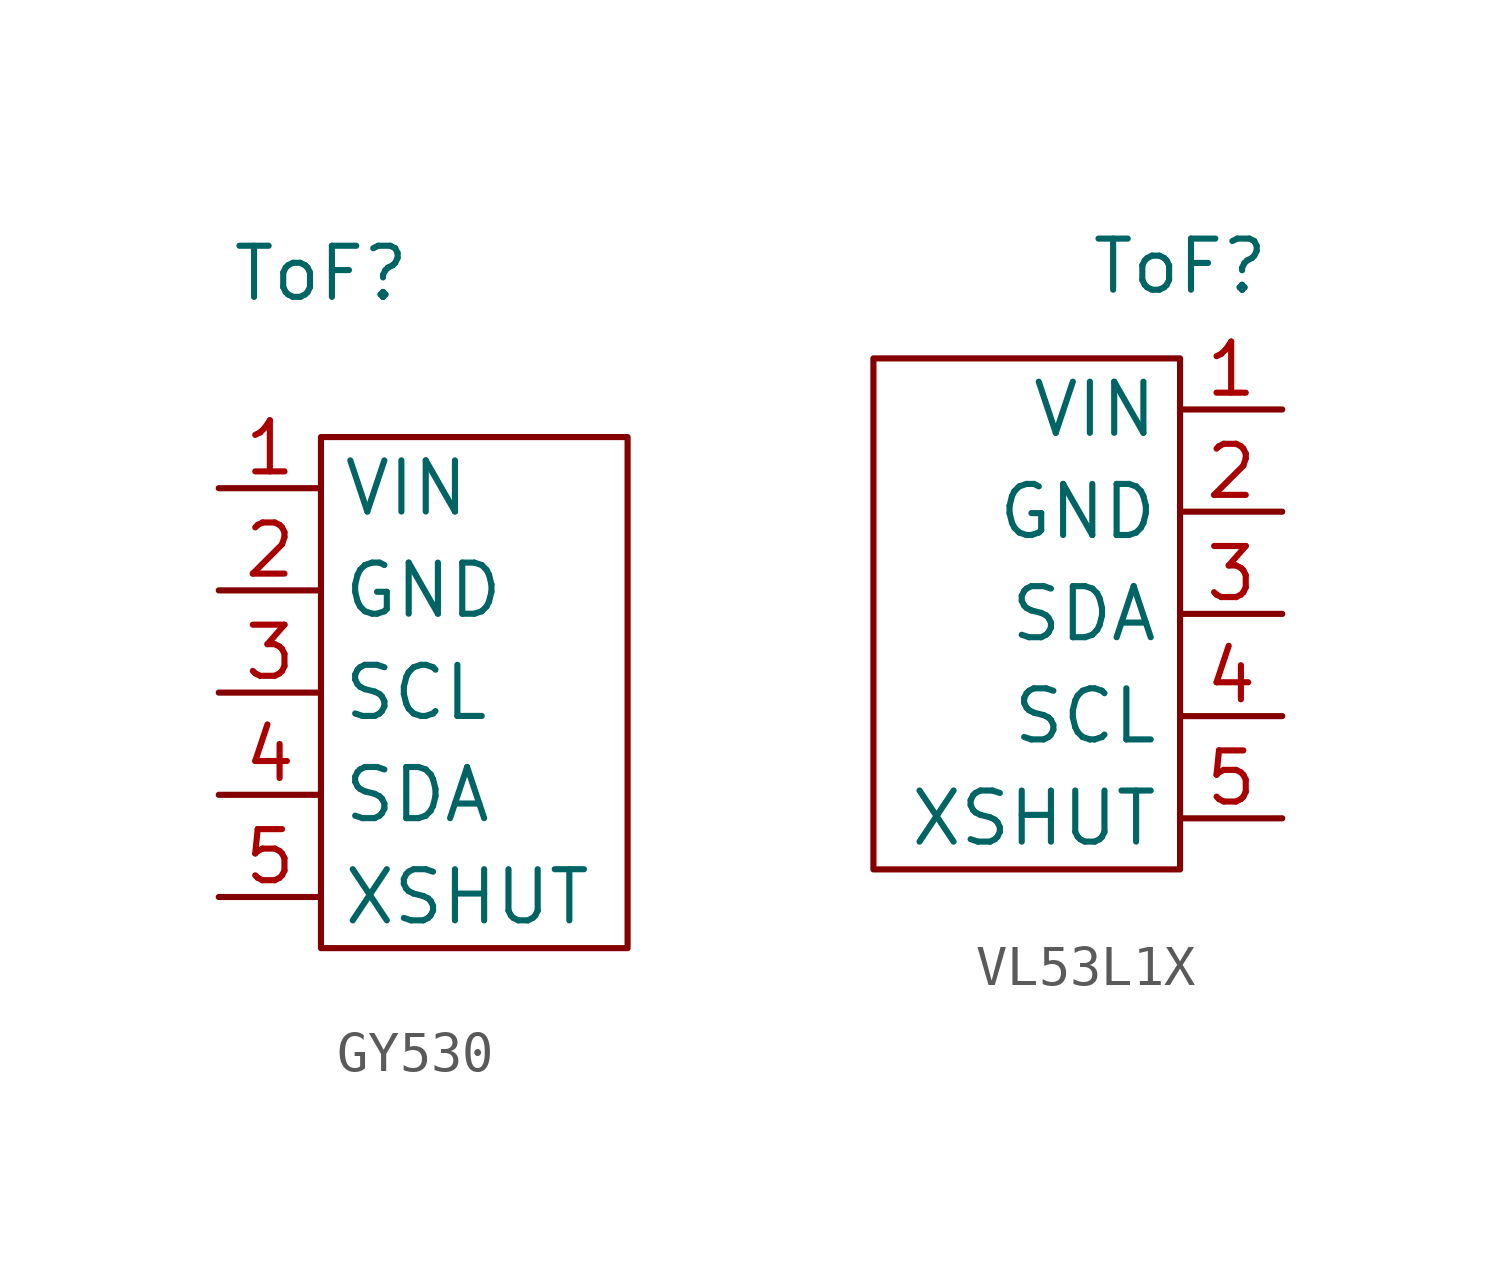
<source format=kicad_sym>
(kicad_symbol_lib
  (version 20231120)
  (generator "kicad_symbol_editor")
  (generator_version "8.0")
  (symbol "GY530"
    (property "Reference" "ToF"
      (at 0 5.334 0)
      (effects (font (size 1.27 1.27))))
    (property "Value" ""
      (at 0 0 0)
      (effects (font (size 1.27 1.27))))
    (symbol "GY530_0_1"
      (rectangle (start 0 1.27) (end 7.62 -11.43) (stroke (width 0) (type default)) (fill (type none))))
    (symbol "GY530_1_1"
      (pin power_in line (at -2.54 0 0) (length 2.54) (name "VIN" (effects (font (size 1.27 1.27)))) (number "1" (effects (font (size 1.27 1.27)))))
      (pin passive line (at -2.54 -2.54 0) (length 2.54) (name "GND" (effects (font (size 1.27 1.27)))) (number "2" (effects (font (size 1.27 1.27)))))
      (pin passive line (at -2.54 -5.08 0) (length 2.54) (name "SCL" (effects (font (size 1.27 1.27)))) (number "3" (effects (font (size 1.27 1.27)))))
      (pin passive line (at -2.54 -7.62 0) (length 2.54) (name "SDA" (effects (font (size 1.27 1.27)))) (number "4" (effects (font (size 1.27 1.27)))))
      (pin passive line (at -2.54 -10.16 0) (length 2.54) (name "XSHUT" (effects (font (size 1.27 1.27)))) (number "5" (effects (font (size 1.27 1.27)))))))
  (symbol "VL53L1X"
    (property "Reference" "ToF"
      (at 0 8.636 0)
      (effects (font (size 1.27 1.27))))
    (property "Value" ""
      (at 0 5.08 0)
      (effects (font (size 1.27 1.27))))
    (symbol "VL53L1X_0_1"
      (rectangle (start 0 6.35) (end -7.62 -6.35) (stroke (width 0) (type default)) (fill (type none))))
    (symbol "VL53L1X_1_1"
      (pin power_in line (at 2.54 5.08 180) (length 2.54) (name "VIN" (effects (font (size 1.27 1.27)))) (number "1" (effects (font (size 1.27 1.27)))))
      (pin passive line (at 2.54 2.54 180) (length 2.54) (name "GND" (effects (font (size 1.27 1.27)))) (number "2" (effects (font (size 1.27 1.27)))))
      (pin passive line (at 2.54 0 180) (length 2.54) (name "SDA" (effects (font (size 1.27 1.27)))) (number "3" (effects (font (size 1.27 1.27)))))
      (pin passive line (at 2.54 -2.54 180) (length 2.54) (name "SCL" (effects (font (size 1.27 1.27)))) (number "4" (effects (font (size 1.27 1.27)))))
      (pin passive line (at 2.54 -5.08 180) (length 2.54) (name "XSHUT" (effects (font (size 1.27 1.27)))) (number "5" (effects (font (size 1.27 1.27))))))))
</source>
